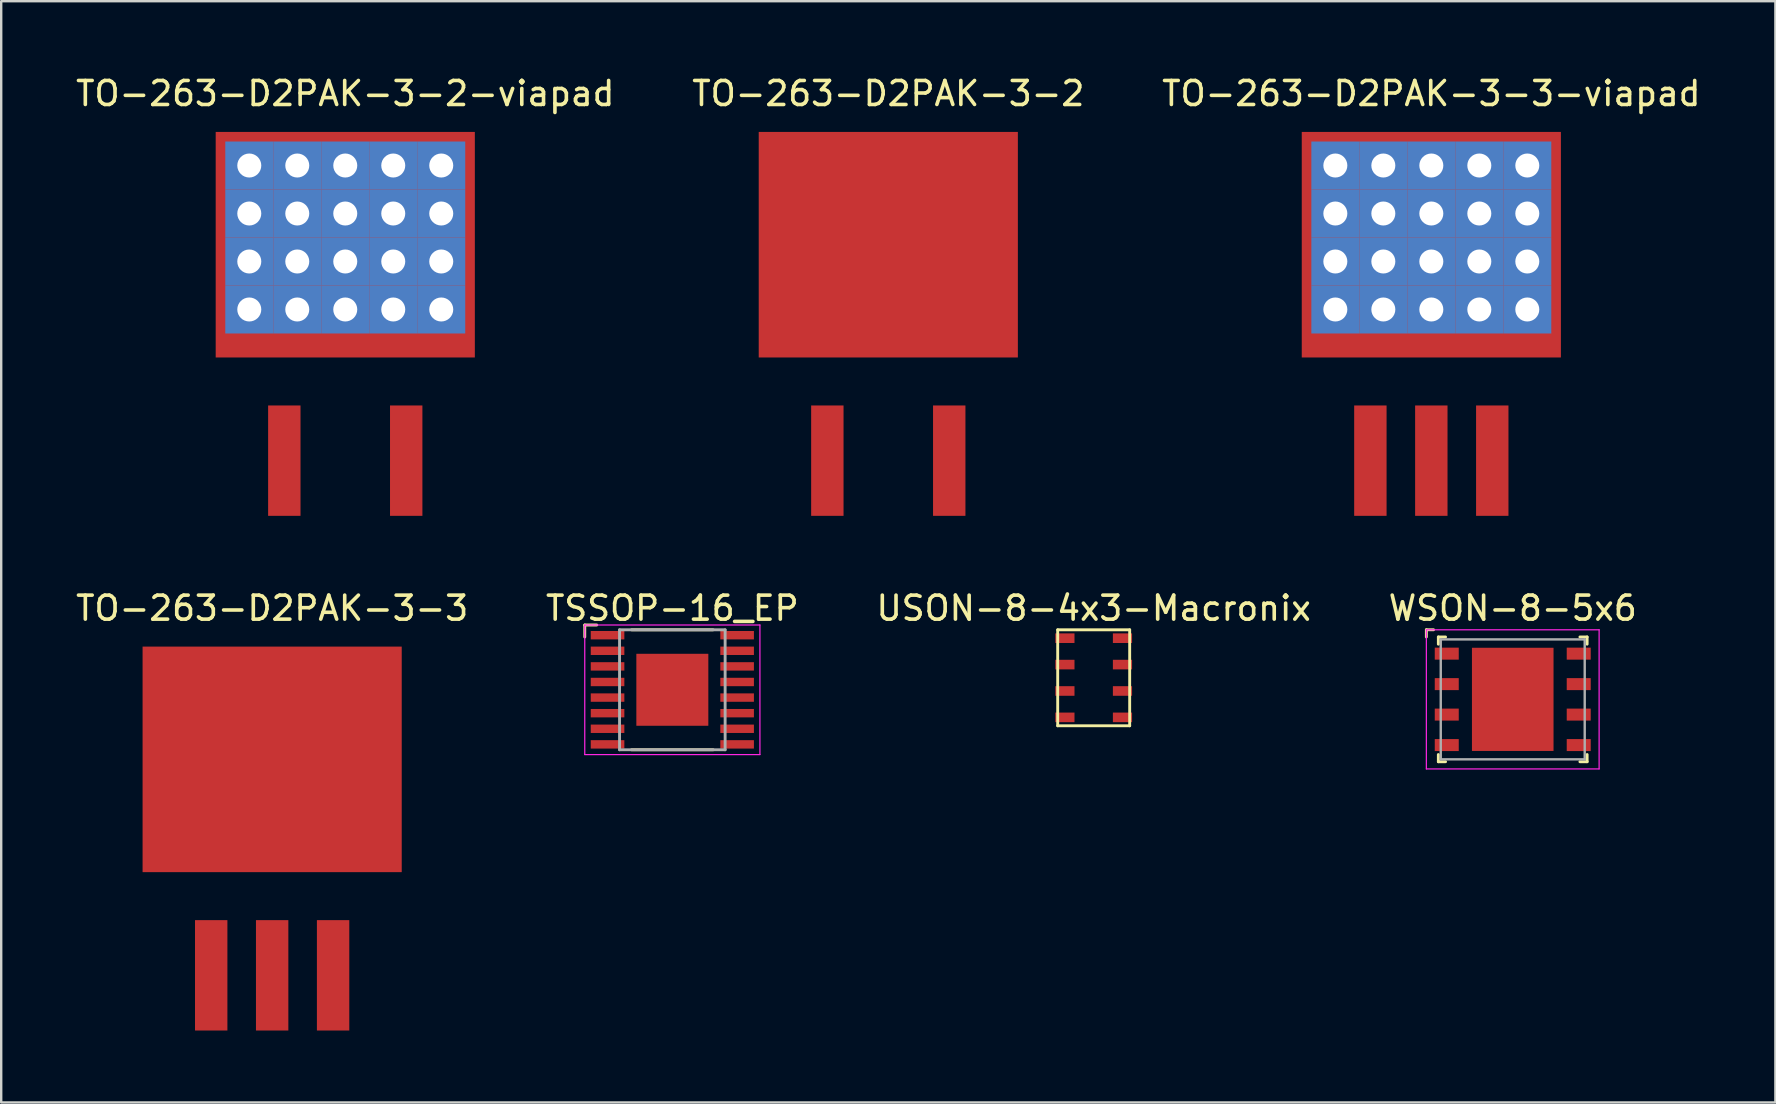
<source format=kicad_pcb>
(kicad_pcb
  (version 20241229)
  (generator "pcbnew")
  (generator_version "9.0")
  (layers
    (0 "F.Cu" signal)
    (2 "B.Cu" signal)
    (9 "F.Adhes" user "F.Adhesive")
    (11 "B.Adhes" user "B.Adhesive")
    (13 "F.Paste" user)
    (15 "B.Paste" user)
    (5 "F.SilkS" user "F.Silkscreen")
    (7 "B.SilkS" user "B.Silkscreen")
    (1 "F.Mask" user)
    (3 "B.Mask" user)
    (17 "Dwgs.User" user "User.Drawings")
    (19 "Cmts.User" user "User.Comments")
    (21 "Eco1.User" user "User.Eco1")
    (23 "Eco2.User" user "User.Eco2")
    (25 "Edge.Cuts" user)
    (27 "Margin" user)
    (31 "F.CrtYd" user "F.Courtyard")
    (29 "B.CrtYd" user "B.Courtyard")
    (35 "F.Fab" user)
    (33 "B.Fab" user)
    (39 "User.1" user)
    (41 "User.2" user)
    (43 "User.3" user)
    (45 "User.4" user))
  (footprint "USON-8-4x3-Macronix"
    (layer "F.Cu")
    (at 42.53 25.197)
    (property "Reference" "USON-8-4x3-Macronix" (at 0 -2.9 0) (layer "F.SilkS") (effects (font (size 1 1) (thickness 0.15))))
    (attr through_hole)
    (fp_line (start -1.5 -2) (end -1.5 2) (stroke (width 0.12) (type solid)) (layer "F.SilkS"))
    (fp_line (start -1.5 2) (end 1.5 2) (stroke (width 0.12) (type solid)) (layer "F.SilkS"))
    (fp_line (start 1.5 -2) (end -1.5 -2) (stroke (width 0.12) (type solid)) (layer "F.SilkS"))
    (fp_line (start 1.5 2) (end 1.5 -2) (stroke (width 0.12) (type solid)) (layer "F.SilkS"))
    (pad "1" smd rect (at -1.2 -1.65) (size 0.8 0.4) (layers "F.Cu" "F.Mask" "F.Paste"))
    (pad "2" smd rect (at -1.2 -0.55) (size 0.8 0.4) (layers "F.Cu" "F.Mask" "F.Paste"))
    (pad "3" smd rect (at -1.2 0.55) (size 0.8 0.4) (layers "F.Cu" "F.Mask" "F.Paste"))
    (pad "4" smd rect (at -1.2 1.65) (size 0.8 0.4) (layers "F.Cu" "F.Mask" "F.Paste"))
    (pad "5" smd rect (at 1.2 1.65) (size 0.8 0.4) (layers "F.Cu" "F.Mask" "F.Paste"))
    (pad "6" smd rect (at 1.2 0.55) (size 0.8 0.4) (layers "F.Cu" "F.Mask" "F.Paste"))
    (pad "7" smd rect (at 1.2 -0.55) (size 0.8 0.4) (layers "F.Cu" "F.Mask" "F.Paste"))
    (pad "8" smd rect (at 1.2 -1.65) (size 0.8 0.4) (layers "F.Cu" "F.Mask" "F.Paste")))
  (footprint "TO-263-D2PAK-3-3-viapad"
    (layer "F.Cu")
    (at 56.601 12.848)
    (property "Reference" "TO-263-D2PAK-3-3-viapad" (at 0 -12 0) (layer "F.SilkS") (effects (font (size 1 1) (thickness 0.15))))
    (attr smd)
    (pad "1" smd rect (at -2.54 3.3 180) (size 1.35 4.6) (layers "F.Cu" "F.Mask" "F.Paste"))
    (pad "2" thru_hole rect (at -4 -9 180) (size 2 2) (drill 1) (layers "*.Cu" "*.Mask"))
    (pad "2" thru_hole rect (at -4 -7 180) (size 2 2) (drill 1) (layers "*.Cu" "*.Mask"))
    (pad "2" thru_hole rect (at -4 -5 180) (size 2 2) (drill 1) (layers "*.Cu" "*.Mask"))
    (pad "2" thru_hole rect (at -4 -3 180) (size 2 2) (drill 1) (layers "*.Cu" "*.Mask"))
    (pad "2" thru_hole rect (at -2 -9 180) (size 2 2) (drill 1) (layers "*.Cu" "*.Mask"))
    (pad "2" thru_hole rect (at -2 -7 180) (size 2 2) (drill 1) (layers "*.Cu" "*.Mask"))
    (pad "2" thru_hole rect (at -2 -5 180) (size 2 2) (drill 1) (layers "*.Cu" "*.Mask"))
    (pad "2" thru_hole rect (at -2 -3 180) (size 2 2) (drill 1) (layers "*.Cu" "*.Mask"))
    (pad "2" thru_hole rect (at 0 -9 180) (size 2 2) (drill 1) (layers "*.Cu" "*.Mask"))
    (pad "2" thru_hole rect (at 0 -7 180) (size 2 2) (drill 1) (layers "*.Cu" "*.Mask"))
    (pad "2" smd rect (at 0 -5.7 90) (size 9.4 10.8) (layers "F.Cu" "F.Mask" "F.Paste"))
    (pad "2" thru_hole rect (at 0 -5 180) (size 2 2) (drill 1) (layers "*.Cu" "*.Mask"))
    (pad "2" thru_hole rect (at 0 -3 180) (size 2 2) (drill 1) (layers "*.Cu" "*.Mask"))
    (pad "2" smd rect (at 0 3.3 180) (size 1.35 4.6) (layers "F.Cu" "F.Mask" "F.Paste"))
    (pad "2" thru_hole rect (at 2 -9 180) (size 2 2) (drill 1) (layers "*.Cu" "*.Mask"))
    (pad "2" thru_hole rect (at 2 -7 180) (size 2 2) (drill 1) (layers "*.Cu" "*.Mask"))
    (pad "2" thru_hole rect (at 2 -5 180) (size 2 2) (drill 1) (layers "*.Cu" "*.Mask"))
    (pad "2" thru_hole rect (at 2 -3 180) (size 2 2) (drill 1) (layers "*.Cu" "*.Mask"))
    (pad "2" thru_hole rect (at 4 -9 180) (size 2 2) (drill 1) (layers "*.Cu" "*.Mask"))
    (pad "2" thru_hole rect (at 4 -7 180) (size 2 2) (drill 1) (layers "*.Cu" "*.Mask"))
    (pad "2" thru_hole rect (at 4 -5 180) (size 2 2) (drill 1) (layers "*.Cu" "*.Mask"))
    (pad "2" thru_hole rect (at 4 -3 180) (size 2 2) (drill 1) (layers "*.Cu" "*.Mask"))
    (pad "3" smd rect (at 2.54 3.3 180) (size 1.35 4.6) (layers "F.Cu" "F.Mask" "F.Paste")))
  (footprint "TO-263-D2PAK-3-3"
    (layer "F.Cu")
    (at 8.292 34.297)
    (property "Reference" "TO-263-D2PAK-3-3" (at 0 -12 0) (layer "F.SilkS") (effects (font (size 1 1) (thickness 0.15))))
    (attr through_hole)
    (pad "1" smd rect (at -2.54 3.3 180) (size 1.35 4.6) (layers "F.Cu" "F.Mask" "F.Paste"))
    (pad "2" smd rect (at 0 -5.7 90) (size 9.4 10.8) (layers "F.Cu" "F.Mask" "F.Paste"))
    (pad "2" smd rect (at 0 3.3 180) (size 1.35 4.6) (layers "F.Cu" "F.Mask" "F.Paste"))
    (pad "3" smd rect (at 2.54 3.3 180) (size 1.35 4.6) (layers "F.Cu" "F.Mask" "F.Paste")))
  (footprint "TO-263-D2PAK-3-2-viapad"
    (layer "F.Cu")
    (at 11.339 12.848)
    (property "Reference" "TO-263-D2PAK-3-2-viapad" (at 0 -12 0) (layer "F.SilkS") (effects (font (size 1 1) (thickness 0.15))))
    (attr through_hole)
    (pad "1" smd rect (at -2.54 3.3 180) (size 1.35 4.6) (layers "F.Cu" "F.Mask" "F.Paste"))
    (pad "2" thru_hole rect (at -4 -9 180) (size 2 2) (drill 1) (layers "*.Cu" "*.Mask"))
    (pad "2" thru_hole rect (at -4 -7 180) (size 2 2) (drill 1) (layers "*.Cu" "*.Mask"))
    (pad "2" thru_hole rect (at -4 -5 180) (size 2 2) (drill 1) (layers "*.Cu" "*.Mask"))
    (pad "2" thru_hole rect (at -4 -3 180) (size 2 2) (drill 1) (layers "*.Cu" "*.Mask"))
    (pad "2" thru_hole rect (at -2 -9 180) (size 2 2) (drill 1) (layers "*.Cu" "*.Mask"))
    (pad "2" thru_hole rect (at -2 -7 180) (size 2 2) (drill 1) (layers "*.Cu" "*.Mask"))
    (pad "2" thru_hole rect (at -2 -5 180) (size 2 2) (drill 1) (layers "*.Cu" "*.Mask"))
    (pad "2" thru_hole rect (at -2 -3 180) (size 2 2) (drill 1) (layers "*.Cu" "*.Mask"))
    (pad "2" thru_hole rect (at 0 -9 180) (size 2 2) (drill 1) (layers "*.Cu" "*.Mask"))
    (pad "2" thru_hole rect (at 0 -7 180) (size 2 2) (drill 1) (layers "*.Cu" "*.Mask"))
    (pad "2" smd rect (at 0 -5.7 90) (size 9.4 10.8) (layers "F.Cu" "F.Mask" "F.Paste"))
    (pad "2" thru_hole rect (at 0 -5 180) (size 2 2) (drill 1) (layers "*.Cu" "*.Mask"))
    (pad "2" thru_hole rect (at 0 -3 180) (size 2 2) (drill 1) (layers "*.Cu" "*.Mask"))
    (pad "2" thru_hole rect (at 2 -9 180) (size 2 2) (drill 1) (layers "*.Cu" "*.Mask"))
    (pad "2" thru_hole rect (at 2 -7 180) (size 2 2) (drill 1) (layers "*.Cu" "*.Mask"))
    (pad "2" thru_hole rect (at 2 -5 180) (size 2 2) (drill 1) (layers "*.Cu" "*.Mask"))
    (pad "2" thru_hole rect (at 2 -3 180) (size 2 2) (drill 1) (layers "*.Cu" "*.Mask"))
    (pad "2" thru_hole rect (at 4 -9 180) (size 2 2) (drill 1) (layers "*.Cu" "*.Mask"))
    (pad "2" thru_hole rect (at 4 -7 180) (size 2 2) (drill 1) (layers "*.Cu" "*.Mask"))
    (pad "2" thru_hole rect (at 4 -5 180) (size 2 2) (drill 1) (layers "*.Cu" "*.Mask"))
    (pad "2" thru_hole rect (at 4 -3 180) (size 2 2) (drill 1) (layers "*.Cu" "*.Mask"))
    (pad "3" smd rect (at 2.54 3.3 180) (size 1.35 4.6) (layers "F.Cu" "F.Mask" "F.Paste")))
  (footprint "WSON-8-5x6"
    (layer "F.Cu")
    (at 59.994 26.096)
    (property "Reference" "WSON-8-5x6" (at 0 -3.8 0) (unlocked yes) (layer "F.SilkS") (effects (font (size 1 1) (thickness 0.15))))
    (attr smd)
    (fp_line (start -3.6 -2.9) (end -3.6 -2.6) (stroke (width 0.12) (type solid)) (layer "F.SilkS"))
    (fp_line (start -3.6 -2.9) (end -3.3 -2.9) (stroke (width 0.12) (type solid)) (layer "F.SilkS"))
    (fp_line (start -3.1 -2.6) (end -3.1 -2.3) (stroke (width 0.12) (type solid)) (layer "F.SilkS"))
    (fp_line (start -3.1 -2.6) (end -2.8 -2.6) (stroke (width 0.12) (type solid)) (layer "F.SilkS"))
    (fp_line (start -3.1 2.6) (end -3.1 2.3) (stroke (width 0.12) (type solid)) (layer "F.SilkS"))
    (fp_line (start -3.1 2.6) (end -2.8 2.6) (stroke (width 0.12) (type solid)) (layer "F.SilkS"))
    (fp_line (start 3.1 -2.6) (end 2.8 -2.6) (stroke (width 0.12) (type solid)) (layer "F.SilkS"))
    (fp_line (start 3.1 -2.6) (end 3.1 -2.3) (stroke (width 0.12) (type solid)) (layer "F.SilkS"))
    (fp_line (start 3.1 2.6) (end 2.8 2.6) (stroke (width 0.12) (type solid)) (layer "F.SilkS"))
    (fp_line (start 3.1 2.6) (end 3.1 2.3) (stroke (width 0.12) (type solid)) (layer "F.SilkS"))
    (fp_line (start -3.6 -2.9) (end -3.6 2.9) (stroke (width 0.05) (type solid)) (layer "F.CrtYd"))
    (fp_line (start -3.6 2.9) (end 3.6 2.9) (stroke (width 0.05) (type solid)) (layer "F.CrtYd"))
    (fp_line (start 3.6 -2.9) (end -3.6 -2.9) (stroke (width 0.05) (type solid)) (layer "F.CrtYd"))
    (fp_line (start 3.6 2.9) (end 3.6 -2.9) (stroke (width 0.05) (type solid)) (layer "F.CrtYd"))
    (fp_line (start -3 -2.5) (end 3 -2.5) (stroke (width 0.1) (type solid)) (layer "F.Fab"))
    (fp_line (start -3 2.5) (end -3 -2.5) (stroke (width 0.1) (type solid)) (layer "F.Fab"))
    (fp_line (start 3 -2.5) (end 3 2.5) (stroke (width 0.1) (type solid)) (layer "F.Fab"))
    (fp_line (start 3 2.5) (end -3 2.5) (stroke (width 0.1) (type solid)) (layer "F.Fab"))
    (pad "1" smd rect (at -2.75 -1.905) (size 1 0.5) (layers "F.Cu" "F.Mask" "F.Paste"))
    (pad "2" smd rect (at -2.75 -0.635) (size 1 0.5) (layers "F.Cu" "F.Mask" "F.Paste"))
    (pad "3" smd rect (at -2.75 0.635) (size 1 0.5) (layers "F.Cu" "F.Mask" "F.Paste"))
    (pad "4" smd rect (at -2.75 1.905) (size 1 0.5) (layers "F.Cu" "F.Mask" "F.Paste"))
    (pad "5" smd rect (at 2.75 1.905) (size 1 0.5) (layers "F.Cu" "F.Mask" "F.Paste"))
    (pad "6" smd rect (at 2.75 0.635) (size 1 0.5) (layers "F.Cu" "F.Mask" "F.Paste"))
    (pad "7" smd rect (at 2.75 -0.635) (size 1 0.5) (layers "F.Cu" "F.Mask" "F.Paste"))
    (pad "8" smd rect (at 2.75 -1.905) (size 1 0.5) (layers "F.Cu" "F.Mask" "F.Paste"))
    (pad "9" smd rect (at 0 0) (size 3.4 4.3) (layers "F.Cu" "F.Mask" "F.Paste")))
  (footprint "TO-263-D2PAK-3-2"
    (layer "F.Cu")
    (at 33.97 12.848)
    (property "Reference" "TO-263-D2PAK-3-2" (at 0 -12 0) (layer "F.SilkS") (effects (font (size 1 1) (thickness 0.15))))
    (attr through_hole)
    (pad "1" smd rect (at -2.54 3.3 180) (size 1.35 4.6) (layers "F.Cu" "F.Mask" "F.Paste"))
    (pad "2" smd rect (at 0 -5.7 90) (size 9.4 10.8) (layers "F.Cu" "F.Mask" "F.Paste"))
    (pad "3" smd rect (at 2.54 3.3 180) (size 1.35 4.6) (layers "F.Cu" "F.Mask" "F.Paste")))
  (footprint "TSSOP-16_EP"
    (layer "F.Cu")
    (at 24.97 25.697)
    (property "Reference" "TSSOP-16_EP" (at 0 -3.4 0) (layer "F.SilkS") (effects (font (size 1 1) (thickness 0.15))))
    (attr smd)
    (fp_line (start -3.65 -2.7) (end -3.65 -2.2) (stroke (width 0.12) (type solid)) (layer "F.SilkS"))
    (fp_line (start -3.65 -2.7) (end -3.15 -2.7) (stroke (width 0.12) (type solid)) (layer "F.SilkS"))
    (fp_line (start -1.7 -2.5) (end 1.7 -2.5) (stroke (width 0.12) (type solid)) (layer "F.SilkS"))
    (fp_line (start -1.7 2.5) (end 1.7 2.5) (stroke (width 0.12) (type solid)) (layer "F.SilkS"))
    (fp_line (start -3.65 -2.7) (end 3.65 -2.7) (stroke (width 0.05) (type solid)) (layer "F.CrtYd"))
    (fp_line (start -3.65 2.7) (end -3.65 -2.7) (stroke (width 0.05) (type solid)) (layer "F.CrtYd"))
    (fp_line (start 3.65 -2.7) (end 3.65 2.7) (stroke (width 0.05) (type solid)) (layer "F.CrtYd"))
    (fp_line (start 3.65 2.7) (end -3.65 2.7) (stroke (width 0.05) (type solid)) (layer "F.CrtYd"))
    (fp_line (start -2.2 -2.5) (end 2.2 -2.5) (stroke (width 0.12) (type solid)) (layer "F.Fab"))
    (fp_line (start -2.2 2.5) (end -2.2 -2.5) (stroke (width 0.12) (type solid)) (layer "F.Fab"))
    (fp_line (start 2.2 -2.5) (end 2.2 2.5) (stroke (width 0.12) (type solid)) (layer "F.Fab"))
    (fp_line (start 2.2 2.5) (end -2.2 2.5) (stroke (width 0.12) (type solid)) (layer "F.Fab"))
    (pad "1" smd rect (at -2.7 -2.275 270) (size 0.35 1.4) (layers "F.Cu" "F.Mask" "F.Paste"))
    (pad "2" smd rect (at -2.7 -1.625 270) (size 0.35 1.4) (layers "F.Cu" "F.Mask" "F.Paste"))
    (pad "3" smd rect (at -2.7 -0.975 270) (size 0.35 1.4) (layers "F.Cu" "F.Mask" "F.Paste"))
    (pad "4" smd rect (at -2.7 -0.325 270) (size 0.35 1.4) (layers "F.Cu" "F.Mask" "F.Paste"))
    (pad "5" smd rect (at -2.7 0.325 270) (size 0.35 1.4) (layers "F.Cu" "F.Mask" "F.Paste"))
    (pad "6" smd rect (at -2.7 0.975 270) (size 0.35 1.4) (layers "F.Cu" "F.Mask" "F.Paste"))
    (pad "7" smd rect (at -2.7 1.625 270) (size 0.35 1.4) (layers "F.Cu" "F.Mask" "F.Paste"))
    (pad "8" smd rect (at -2.7 2.275 270) (size 0.35 1.4) (layers "F.Cu" "F.Mask" "F.Paste"))
    (pad "9" smd rect (at 2.7 2.275 270) (size 0.35 1.4) (layers "F.Cu" "F.Mask" "F.Paste"))
    (pad "10" smd rect (at 2.7 1.625 270) (size 0.35 1.4) (layers "F.Cu" "F.Mask" "F.Paste"))
    (pad "11" smd rect (at 2.7 0.975 270) (size 0.35 1.4) (layers "F.Cu" "F.Mask" "F.Paste"))
    (pad "12" smd rect (at 2.7 0.325 270) (size 0.35 1.4) (layers "F.Cu" "F.Mask" "F.Paste"))
    (pad "13" smd rect (at 2.7 -0.325 270) (size 0.35 1.4) (layers "F.Cu" "F.Mask" "F.Paste"))
    (pad "14" smd rect (at 2.7 -0.975 270) (size 0.35 1.4) (layers "F.Cu" "F.Mask" "F.Paste"))
    (pad "15" smd rect (at 2.7 -1.625 270) (size 0.35 1.4) (layers "F.Cu" "F.Mask" "F.Paste"))
    (pad "16" smd rect (at 2.7 -2.275 270) (size 0.35 1.4) (layers "F.Cu" "F.Mask" "F.Paste"))
    (pad "17" smd rect (at 0 0 270) (size 3 3) (layers "F.Cu" "F.Mask" "F.Paste")))
  (gr_rect
    (start -3 -3)
    (end 70.94 42.897)
    (stroke (width 0.1) (type default))
    (fill no)
    (layer "Edge.Cuts")))
</source>
